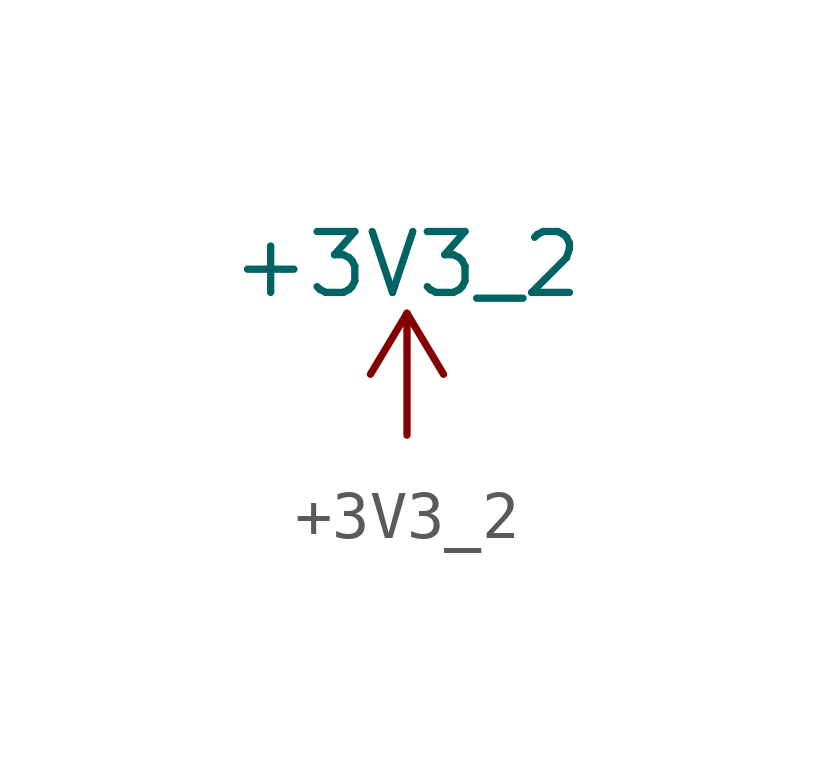
<source format=kicad_sym>
(kicad_symbol_lib
  (version 20241209)
  (generator "kicad_symbol_editor")
  (generator_version "9.0")
  (symbol "+3V3_2"
    (power)
    (pin_names
      (offset 0))
    (property "Reference" "#PWR"
      (at 0 -3.81 0)
      (effects (font (size 1.27 1.27)) (hide yes)))
    (property "Value" "+3V3_2"
      (at 0 3.556 0)
      (effects (font (size 1.27 1.27))))
    (symbol "+3V3_2_0_1"
      (polyline (pts (xy -0.762 1.27) (xy 0 2.54)) (stroke (width 0) (type default)) (fill (type none)))
      (polyline (pts (xy 0 2.54) (xy 0.762 1.27)) (stroke (width 0) (type default)) (fill (type none)))
      (polyline (pts (xy 0 0) (xy 0 2.54)) (stroke (width 0) (type default)) (fill (type none))))
    (symbol "+3V3_2_1_1"
      (pin power_in line (at 0 0 90) (length 0) (hide yes) (name "+3V3" (effects (font (size 1.27 1.27)))) (number "1" (effects (font (size 1.27 1.27))))))))
</source>
